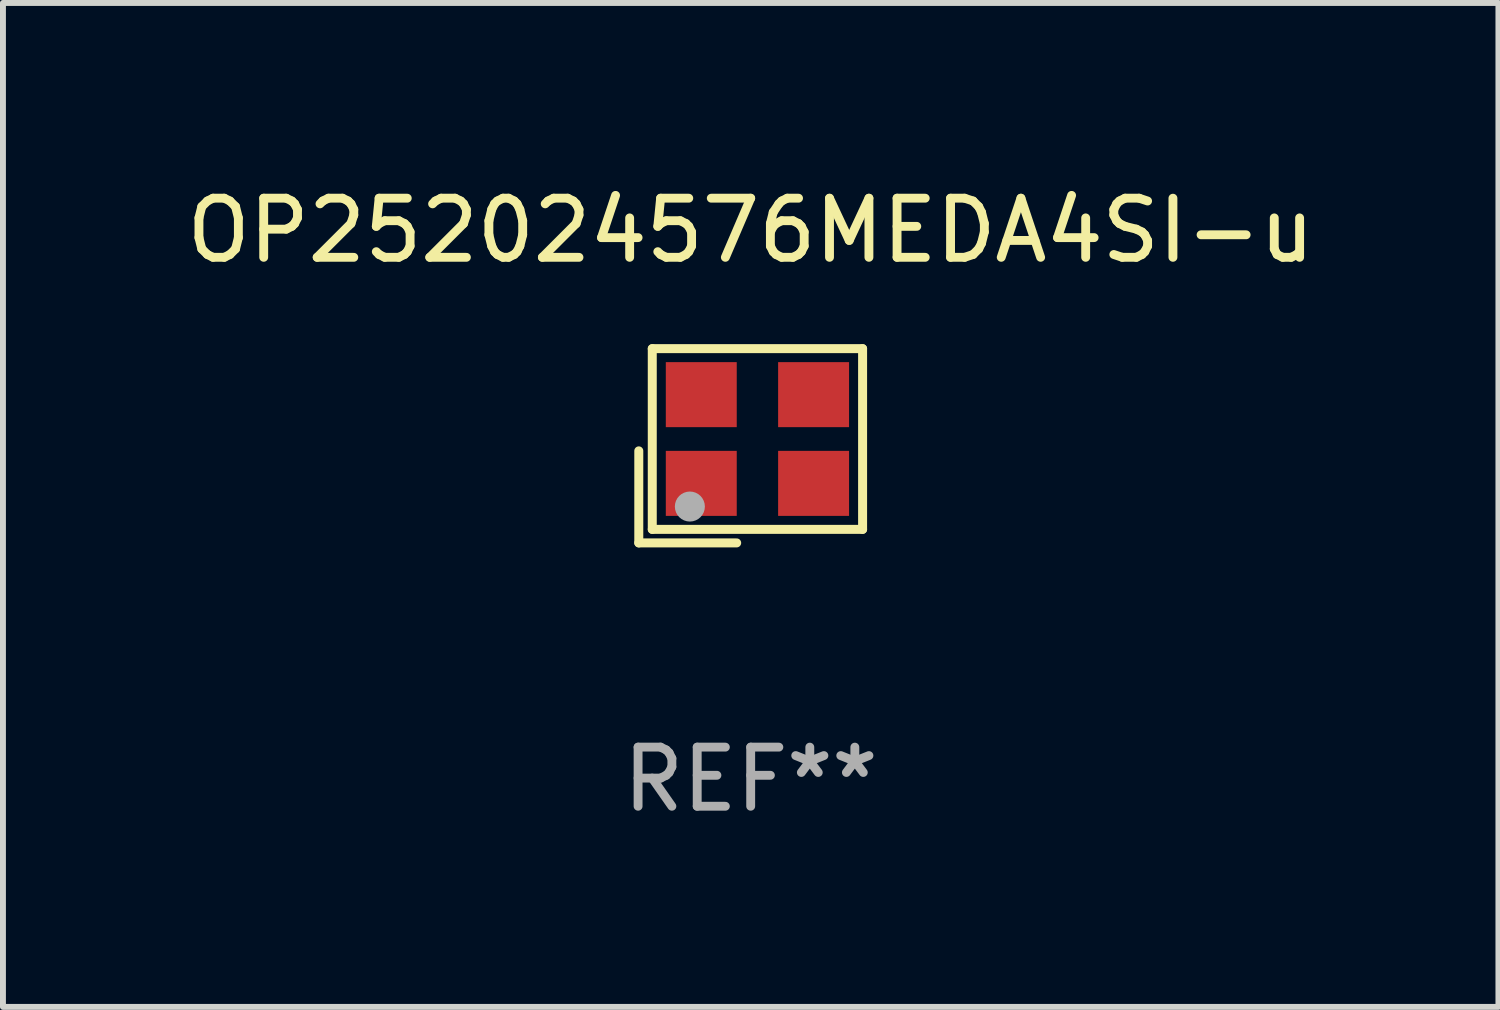
<source format=kicad_pcb>
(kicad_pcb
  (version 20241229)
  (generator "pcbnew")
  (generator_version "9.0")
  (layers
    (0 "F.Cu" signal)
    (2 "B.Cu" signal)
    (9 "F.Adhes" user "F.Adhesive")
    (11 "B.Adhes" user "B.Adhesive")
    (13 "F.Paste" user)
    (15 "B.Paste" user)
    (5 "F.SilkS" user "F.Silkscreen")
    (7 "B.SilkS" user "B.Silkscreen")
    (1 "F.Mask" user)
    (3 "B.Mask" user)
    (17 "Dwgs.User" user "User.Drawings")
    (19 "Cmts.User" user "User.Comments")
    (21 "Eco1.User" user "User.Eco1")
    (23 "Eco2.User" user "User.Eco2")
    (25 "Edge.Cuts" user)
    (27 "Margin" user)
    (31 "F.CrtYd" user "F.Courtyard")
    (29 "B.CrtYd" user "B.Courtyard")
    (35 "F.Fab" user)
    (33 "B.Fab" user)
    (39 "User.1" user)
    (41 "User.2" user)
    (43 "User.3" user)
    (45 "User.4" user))
  (footprint "OP252024576MEDA4SI-u"
    (layer "F.Cu")
    (at 9.649 4.491)
    (property "Reference" "OP252024576MEDA4SI-u" (at 0 -3.643 0) (layer "F.SilkS") (effects (font (size 1 1) (thickness 0.15))))
    (attr through_hole)
    (fp_line (start -1.893 0.086) (end -1.893 1.643) (stroke (width 0.152) (type solid)) (layer "F.SilkS"))
    (fp_line (start -1.893 1.643) (end -0.237 1.643) (stroke (width 0.152) (type solid)) (layer "F.SilkS"))
    (fp_line (start -1.665 -1.643) (end 1.893 -1.643) (stroke (width 0.152) (type solid)) (layer "F.SilkS"))
    (fp_line (start -1.665 1.414) (end -1.665 -1.643) (stroke (width 0.152) (type solid)) (layer "F.SilkS"))
    (fp_line (start 1.893 -1.643) (end 1.893 1.414) (stroke (width 0.152) (type solid)) (layer "F.SilkS"))
    (fp_line (start 1.893 1.414) (end -1.665 1.414) (stroke (width 0.152) (type solid)) (layer "F.SilkS"))
    (fp_circle (center -1.136 0.885) (end -1.106 0.885) (stroke (width 0.06) (type solid)) (fill no) (layer "F.SilkS"))
    (fp_circle (center -1.029 1.028) (end -0.902 1.028) (stroke (width 0.254) (type solid)) (fill no) (layer "F.Fab"))
    (fp_text user "REF**" (at 0 5.643 0) (layer "F.Fab") (effects (font (size 1 1) (thickness 0.15))))
    (pad "1" smd rect (at -0.836 0.636) (size 1.2 1.1) (layers "F.Cu" "F.Mask" "F.Paste"))
    (pad "2" smd rect (at 1.064 0.636) (size 1.2 1.1) (layers "F.Cu" "F.Mask" "F.Paste"))
    (pad "3" smd rect (at 1.064 -0.865) (size 1.2 1.1) (layers "F.Cu" "F.Mask" "F.Paste"))
    (pad "4" smd rect (at -0.836 -0.865) (size 1.2 1.1) (layers "F.Cu" "F.Mask" "F.Paste")))
  (gr_rect
    (start -3 -3)
    (end 22.298 13.983)
    (stroke (width 0.1) (type default))
    (fill no)
    (layer "Edge.Cuts")))
</source>
